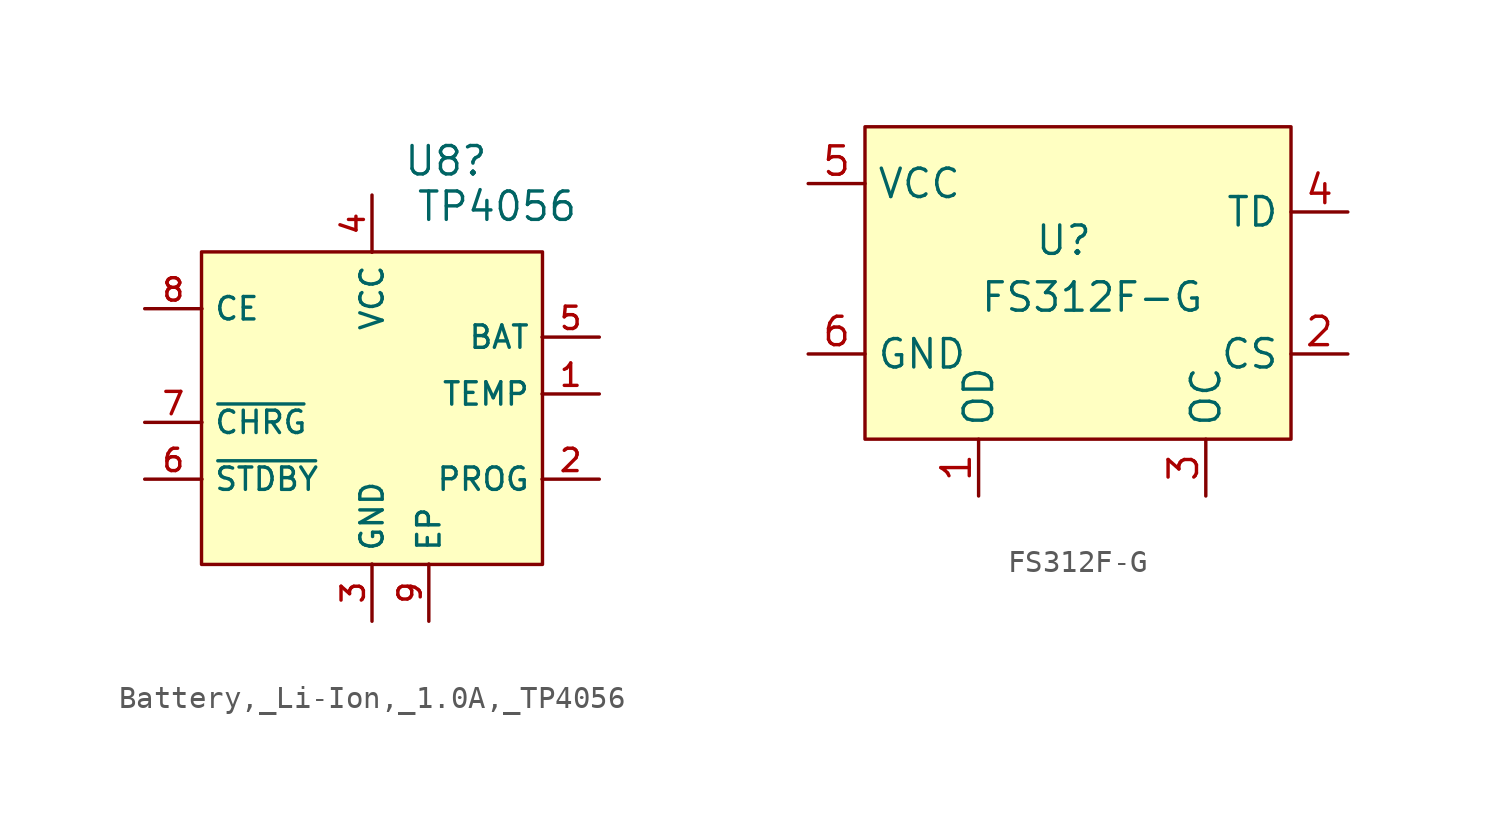
<source format=kicad_sym>
(kicad_symbol_lib
  (version 20231120)
  (generator "kicad_symbol_editor")
  (generator_version "8.0")
  (symbol "Battery,_Li-Ion,_1.0A,_TP4056"
    (property "Reference" "U8"
      (at 3.302 11.684 0)
      (effects (font (size 1.27 1.27))))
    (property "Value" "TP4056"
      (at 5.588 9.652 0)
      (effects (font (size 1.27 1.27))))
    (symbol "Battery,_Li-Ion,_1.0A,_TP4056_0_1"
      (rectangle (start -7.62 7.62) (end 7.62 -6.35) (stroke (width 0) (type default)) (fill (type background))))
    (symbol "Battery,_Li-Ion,_1.0A,_TP4056_1_1"
      (pin unspecified line (at 10.16 1.27 180) (length 2.56) (name "TEMP" (effects (font (size 1 1)))) (number "1" (effects (font (size 1 1)))))
      (pin unspecified line (at 10.16 -2.54 180) (length 2.56) (name "PROG" (effects (font (size 1 1)))) (number "2" (effects (font (size 1 1)))))
      (pin unspecified line (at 0 -8.89 90) (length 2.56) (name "GND" (effects (font (size 1 1)))) (number "3" (effects (font (size 1 1)))))
      (pin unspecified line (at 0 10.16 270) (length 2.56) (name "VCC" (effects (font (size 1 1)))) (number "4" (effects (font (size 1 1)))))
      (pin unspecified line (at 10.16 3.81 180) (length 2.56) (name "BAT" (effects (font (size 1 1)))) (number "5" (effects (font (size 1 1)))))
      (pin unspecified line (at -10.16 -2.54 0) (length 2.56) (name "~{STDBY}" (effects (font (size 1 1)))) (number "6" (effects (font (size 1 1)))))
      (pin unspecified line (at -10.16 0 0) (length 2.56) (name "~{CHRG}" (effects (font (size 1 1)))) (number "7" (effects (font (size 1 1)))))
      (pin unspecified line (at -10.16 5.08 0) (length 2.56) (name "CE" (effects (font (size 1 1)))) (number "8" (effects (font (size 1 1)))))
      (pin unspecified line (at 2.54 -8.89 90) (length 2.56) (name "EP" (effects (font (size 1 1)))) (number "9" (effects (font (size 1 1)))))))
  (symbol "FS312F-G"
    (property "Reference" "U"
      (at 0 1.27 0)
      (effects (font (size 1.27 1.27))))
    (property "Value" "FS312F-G"
      (at 1.27 -1.27 0)
      (effects (font (size 1.27 1.27))))
    (symbol "FS312F-G_1_1"
      (rectangle (start -8.89 6.35) (end 10.16 -7.62) (stroke (width 0) (type default)) (fill (type background)))
      (pin output line (at -3.81 -10.16 90) (length 2.54) (name "OD" (effects (font (size 1.27 1.27)))) (number "1" (effects (font (size 1.27 1.27)))))
      (pin input line (at 12.7 -3.81 180) (length 2.54) (name "CS" (effects (font (size 1.27 1.27)))) (number "2" (effects (font (size 1.27 1.27)))))
      (pin output line (at 6.35 -10.16 90) (length 2.54) (name "OC" (effects (font (size 1.27 1.27)))) (number "3" (effects (font (size 1.27 1.27)))))
      (pin input line (at 12.7 2.54 180) (length 2.54) (name "TD" (effects (font (size 1.27 1.27)))) (number "4" (effects (font (size 1.27 1.27)))))
      (pin passive line (at -11.43 3.81 0) (length 2.54) (name "VCC" (effects (font (size 1.27 1.27)))) (number "5" (effects (font (size 1.27 1.27)))))
      (pin passive line (at -11.43 -3.81 0) (length 2.54) (name "GND" (effects (font (size 1.27 1.27)))) (number "6" (effects (font (size 1.27 1.27))))))))
</source>
